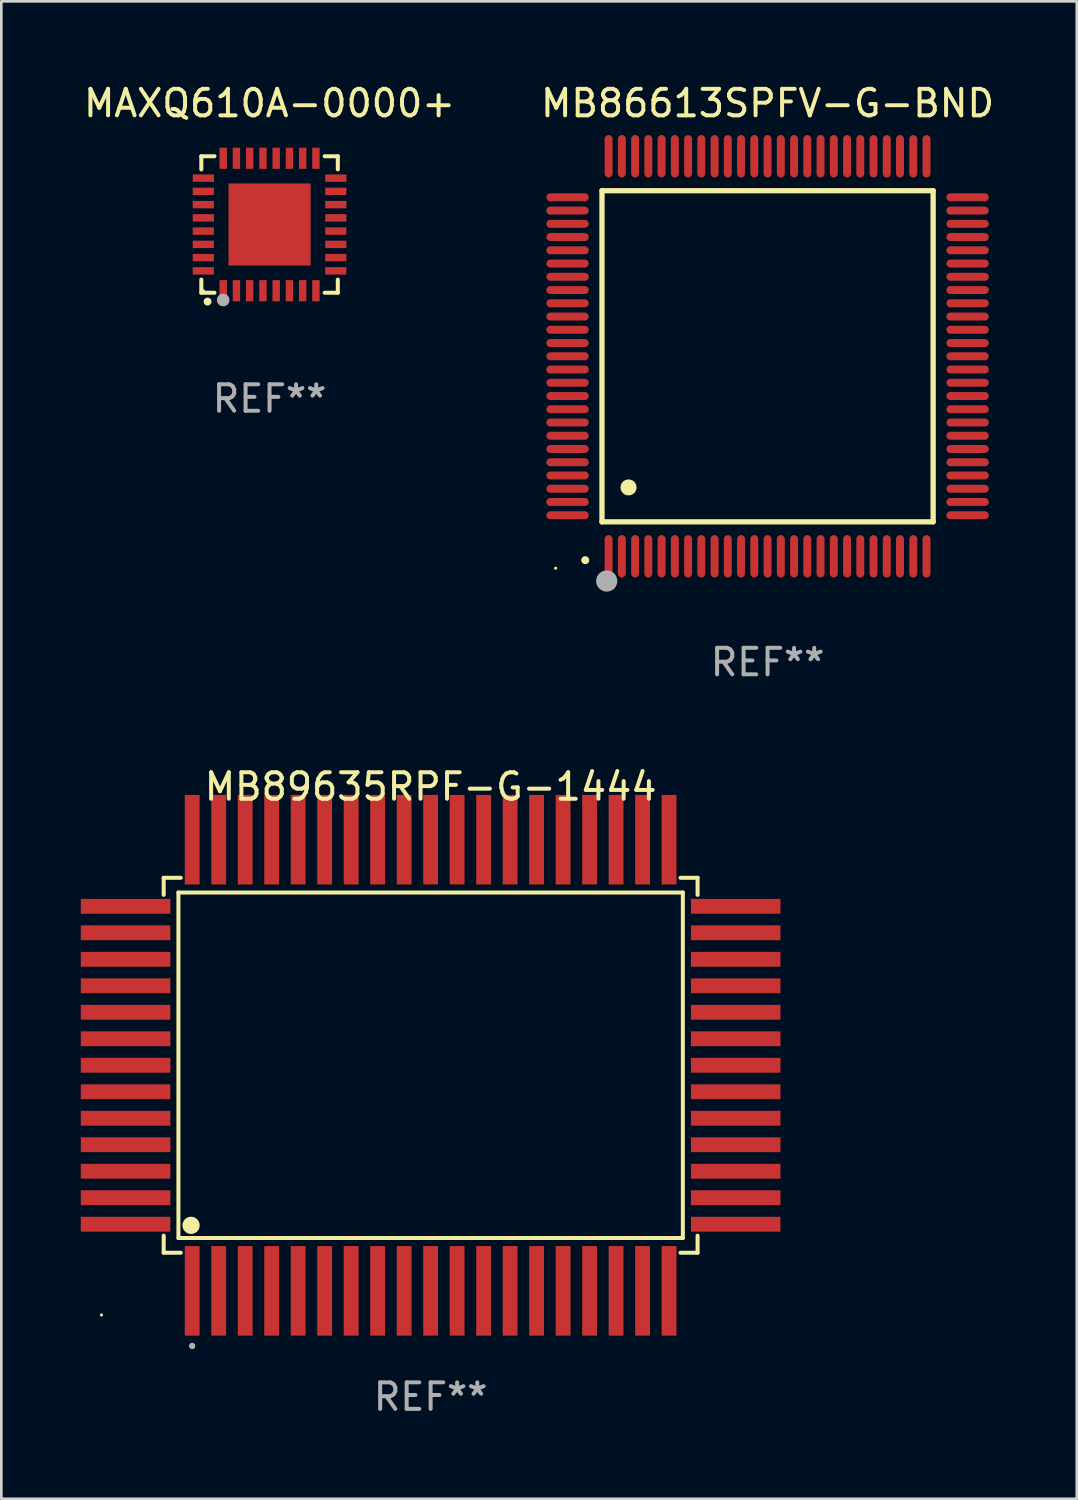
<source format=kicad_pcb>
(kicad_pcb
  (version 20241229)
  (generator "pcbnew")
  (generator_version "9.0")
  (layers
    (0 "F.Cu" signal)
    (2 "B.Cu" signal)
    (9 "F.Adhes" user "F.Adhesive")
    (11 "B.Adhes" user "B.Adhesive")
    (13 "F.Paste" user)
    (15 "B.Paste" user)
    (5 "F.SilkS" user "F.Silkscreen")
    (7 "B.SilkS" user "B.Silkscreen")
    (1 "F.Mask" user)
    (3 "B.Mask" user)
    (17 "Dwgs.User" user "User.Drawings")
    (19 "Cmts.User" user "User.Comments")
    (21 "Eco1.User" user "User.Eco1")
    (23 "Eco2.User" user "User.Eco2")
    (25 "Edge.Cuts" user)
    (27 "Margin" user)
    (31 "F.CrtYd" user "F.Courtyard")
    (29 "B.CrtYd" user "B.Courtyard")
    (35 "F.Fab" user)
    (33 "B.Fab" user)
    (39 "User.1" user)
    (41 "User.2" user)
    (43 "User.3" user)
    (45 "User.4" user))
  (footprint "MB89635RPF-G-1444"
    (layer "F.Cu")
    (at 13.205 37.16)
    (property "Reference" "MB89635RPF-G-1444" (at 0 -10.515 0) (layer "F.SilkS") (effects (font (size 1 1) (thickness 0.15))))
    (attr through_hole)
    (fp_line (start -10.076 -7.076) (end -10.076 -6.432) (stroke (width 0.152) (type solid)) (layer "F.SilkS"))
    (fp_line (start -10.076 7.076) (end -10.076 6.432) (stroke (width 0.152) (type solid)) (layer "F.SilkS"))
    (fp_line (start -9.52 -6.52) (end 9.52 -6.52) (stroke (width 0.152) (type solid)) (layer "F.SilkS"))
    (fp_line (start -9.52 6.52) (end -9.52 -6.52) (stroke (width 0.152) (type solid)) (layer "F.SilkS"))
    (fp_line (start -9.432 -7.076) (end -10.076 -7.076) (stroke (width 0.152) (type solid)) (layer "F.SilkS"))
    (fp_line (start -9.432 7.076) (end -10.076 7.076) (stroke (width 0.152) (type solid)) (layer "F.SilkS"))
    (fp_line (start 9.432 -7.076) (end 10.076 -7.076) (stroke (width 0.152) (type solid)) (layer "F.SilkS"))
    (fp_line (start 9.432 7.076) (end 10.076 7.076) (stroke (width 0.152) (type solid)) (layer "F.SilkS"))
    (fp_line (start 9.52 -6.52) (end 9.52 6.52) (stroke (width 0.152) (type solid)) (layer "F.SilkS"))
    (fp_line (start 9.52 6.52) (end -9.52 6.52) (stroke (width 0.152) (type solid)) (layer "F.SilkS"))
    (fp_line (start 10.076 -7.076) (end 10.076 -6.432) (stroke (width 0.152) (type solid)) (layer "F.SilkS"))
    (fp_line (start 10.076 7.076) (end 10.076 6.432) (stroke (width 0.152) (type solid)) (layer "F.SilkS"))
    (fp_circle (center -12.425 9.425) (end -12.395 9.425) (stroke (width 0.06) (type solid)) (fill no) (layer "F.SilkS"))
    (fp_circle (center -9.043 6.043) (end -8.88 6.043) (stroke (width 0.325) (type solid)) (fill no) (layer "F.SilkS"))
    (fp_circle (center -9 10.593) (end -8.944 10.593) (stroke (width 0.112) (type solid)) (fill no) (layer "F.SilkS"))
    (fp_circle (center -9 10.593) (end -8.944 10.593) (stroke (width 0.112) (type solid)) (fill no) (layer "F.Fab"))
    (fp_text user "REF**" (at 0 12.515 0) (layer "F.Fab") (effects (font (size 1 1) (thickness 0.15))))
    (pad "1" smd rect (at -9 8.515) (size 0.56 3.38) (layers "F.Cu" "F.Mask" "F.Paste"))
    (pad "2" smd rect (at -8 8.515) (size 0.56 3.38) (layers "F.Cu" "F.Mask" "F.Paste"))
    (pad "3" smd rect (at -7 8.515) (size 0.56 3.38) (layers "F.Cu" "F.Mask" "F.Paste"))
    (pad "4" smd rect (at -6 8.515) (size 0.56 3.38) (layers "F.Cu" "F.Mask" "F.Paste"))
    (pad "5" smd rect (at -5 8.515) (size 0.56 3.38) (layers "F.Cu" "F.Mask" "F.Paste"))
    (pad "6" smd rect (at -4 8.515) (size 0.56 3.38) (layers "F.Cu" "F.Mask" "F.Paste"))
    (pad "7" smd rect (at -3 8.515) (size 0.56 3.38) (layers "F.Cu" "F.Mask" "F.Paste"))
    (pad "8" smd rect (at -2 8.515) (size 0.56 3.38) (layers "F.Cu" "F.Mask" "F.Paste"))
    (pad "9" smd rect (at -1 8.515) (size 0.56 3.38) (layers "F.Cu" "F.Mask" "F.Paste"))
    (pad "10" smd rect (at 0 8.515) (size 0.56 3.38) (layers "F.Cu" "F.Mask" "F.Paste"))
    (pad "11" smd rect (at 1 8.515) (size 0.56 3.38) (layers "F.Cu" "F.Mask" "F.Paste"))
    (pad "12" smd rect (at 2 8.515) (size 0.56 3.38) (layers "F.Cu" "F.Mask" "F.Paste"))
    (pad "13" smd rect (at 3 8.515) (size 0.56 3.38) (layers "F.Cu" "F.Mask" "F.Paste"))
    (pad "14" smd rect (at 4 8.515) (size 0.56 3.38) (layers "F.Cu" "F.Mask" "F.Paste"))
    (pad "15" smd rect (at 5 8.515) (size 0.56 3.38) (layers "F.Cu" "F.Mask" "F.Paste"))
    (pad "16" smd rect (at 6 8.515) (size 0.56 3.38) (layers "F.Cu" "F.Mask" "F.Paste"))
    (pad "17" smd rect (at 7 8.515) (size 0.56 3.38) (layers "F.Cu" "F.Mask" "F.Paste"))
    (pad "18" smd rect (at 8 8.515) (size 0.56 3.38) (layers "F.Cu" "F.Mask" "F.Paste"))
    (pad "19" smd rect (at 9 8.515) (size 0.56 3.38) (layers "F.Cu" "F.Mask" "F.Paste"))
    (pad "20" smd rect (at 11.515 6) (size 3.38 0.56) (layers "F.Cu" "F.Mask" "F.Paste"))
    (pad "21" smd rect (at 11.515 5) (size 3.38 0.56) (layers "F.Cu" "F.Mask" "F.Paste"))
    (pad "22" smd rect (at 11.515 4) (size 3.38 0.56) (layers "F.Cu" "F.Mask" "F.Paste"))
    (pad "23" smd rect (at 11.515 3) (size 3.38 0.56) (layers "F.Cu" "F.Mask" "F.Paste"))
    (pad "24" smd rect (at 11.515 2) (size 3.38 0.56) (layers "F.Cu" "F.Mask" "F.Paste"))
    (pad "25" smd rect (at 11.515 1) (size 3.38 0.56) (layers "F.Cu" "F.Mask" "F.Paste"))
    (pad "26" smd rect (at 11.515 0) (size 3.38 0.56) (layers "F.Cu" "F.Mask" "F.Paste"))
    (pad "27" smd rect (at 11.515 -1) (size 3.38 0.56) (layers "F.Cu" "F.Mask" "F.Paste"))
    (pad "28" smd rect (at 11.515 -2) (size 3.38 0.56) (layers "F.Cu" "F.Mask" "F.Paste"))
    (pad "29" smd rect (at 11.515 -3) (size 3.38 0.56) (layers "F.Cu" "F.Mask" "F.Paste"))
    (pad "30" smd rect (at 11.515 -4) (size 3.38 0.56) (layers "F.Cu" "F.Mask" "F.Paste"))
    (pad "31" smd rect (at 11.515 -5) (size 3.38 0.56) (layers "F.Cu" "F.Mask" "F.Paste"))
    (pad "32" smd rect (at 11.515 -6) (size 3.38 0.56) (layers "F.Cu" "F.Mask" "F.Paste"))
    (pad "33" smd rect (at 9 -8.515) (size 0.56 3.38) (layers "F.Cu" "F.Mask" "F.Paste"))
    (pad "34" smd rect (at 8 -8.515) (size 0.56 3.38) (layers "F.Cu" "F.Mask" "F.Paste"))
    (pad "35" smd rect (at 7 -8.515) (size 0.56 3.38) (layers "F.Cu" "F.Mask" "F.Paste"))
    (pad "36" smd rect (at 6 -8.515) (size 0.56 3.38) (layers "F.Cu" "F.Mask" "F.Paste"))
    (pad "37" smd rect (at 5 -8.515) (size 0.56 3.38) (layers "F.Cu" "F.Mask" "F.Paste"))
    (pad "38" smd rect (at 4 -8.515) (size 0.56 3.38) (layers "F.Cu" "F.Mask" "F.Paste"))
    (pad "39" smd rect (at 3 -8.515) (size 0.56 3.38) (layers "F.Cu" "F.Mask" "F.Paste"))
    (pad "40" smd rect (at 2 -8.515) (size 0.56 3.38) (layers "F.Cu" "F.Mask" "F.Paste"))
    (pad "41" smd rect (at 1 -8.515) (size 0.56 3.38) (layers "F.Cu" "F.Mask" "F.Paste"))
    (pad "42" smd rect (at 0 -8.515) (size 0.56 3.38) (layers "F.Cu" "F.Mask" "F.Paste"))
    (pad "43" smd rect (at -1 -8.515) (size 0.56 3.38) (layers "F.Cu" "F.Mask" "F.Paste"))
    (pad "44" smd rect (at -2 -8.515) (size 0.56 3.38) (layers "F.Cu" "F.Mask" "F.Paste"))
    (pad "45" smd rect (at -3 -8.515) (size 0.56 3.38) (layers "F.Cu" "F.Mask" "F.Paste"))
    (pad "46" smd rect (at -4 -8.515) (size 0.56 3.38) (layers "F.Cu" "F.Mask" "F.Paste"))
    (pad "47" smd rect (at -5 -8.515) (size 0.56 3.38) (layers "F.Cu" "F.Mask" "F.Paste"))
    (pad "48" smd rect (at -6 -8.515) (size 0.56 3.38) (layers "F.Cu" "F.Mask" "F.Paste"))
    (pad "49" smd rect (at -7 -8.515) (size 0.56 3.38) (layers "F.Cu" "F.Mask" "F.Paste"))
    (pad "50" smd rect (at -8 -8.515) (size 0.56 3.38) (layers "F.Cu" "F.Mask" "F.Paste"))
    (pad "51" smd rect (at -9 -8.515) (size 0.56 3.38) (layers "F.Cu" "F.Mask" "F.Paste"))
    (pad "52" smd rect (at -11.515 -6) (size 3.38 0.56) (layers "F.Cu" "F.Mask" "F.Paste"))
    (pad "53" smd rect (at -11.515 -5) (size 3.38 0.56) (layers "F.Cu" "F.Mask" "F.Paste"))
    (pad "54" smd rect (at -11.515 -4) (size 3.38 0.56) (layers "F.Cu" "F.Mask" "F.Paste"))
    (pad "55" smd rect (at -11.515 -3) (size 3.38 0.56) (layers "F.Cu" "F.Mask" "F.Paste"))
    (pad "56" smd rect (at -11.515 -2) (size 3.38 0.56) (layers "F.Cu" "F.Mask" "F.Paste"))
    (pad "57" smd rect (at -11.515 -1) (size 3.38 0.56) (layers "F.Cu" "F.Mask" "F.Paste"))
    (pad "58" smd rect (at -11.515 0) (size 3.38 0.56) (layers "F.Cu" "F.Mask" "F.Paste"))
    (pad "59" smd rect (at -11.515 1) (size 3.38 0.56) (layers "F.Cu" "F.Mask" "F.Paste"))
    (pad "60" smd rect (at -11.515 2) (size 3.38 0.56) (layers "F.Cu" "F.Mask" "F.Paste"))
    (pad "61" smd rect (at -11.515 3) (size 3.38 0.56) (layers "F.Cu" "F.Mask" "F.Paste"))
    (pad "62" smd rect (at -11.515 4) (size 3.38 0.56) (layers "F.Cu" "F.Mask" "F.Paste"))
    (pad "63" smd rect (at -11.515 5) (size 3.38 0.56) (layers "F.Cu" "F.Mask" "F.Paste"))
    (pad "64" smd rect (at -11.515 6) (size 3.38 0.56) (layers "F.Cu" "F.Mask" "F.Paste")))
  (footprint "MAXQ610A-0000+"
    (layer "F.Cu")
    (at 7.125 5.424)
    (property "Reference" "MAXQ610A-0000+" (at 0 -4.576 0) (layer "F.SilkS") (effects (font (size 1 1) (thickness 0.15))))
    (attr through_hole)
    (fp_line (start -2.576 -2.576) (end -2.08 -2.576) (stroke (width 0.152) (type solid)) (layer "F.SilkS"))
    (fp_line (start -2.576 -2.08) (end -2.576 -2.576) (stroke (width 0.152) (type solid)) (layer "F.SilkS"))
    (fp_line (start -2.576 2.08) (end -2.576 2.576) (stroke (width 0.152) (type solid)) (layer "F.SilkS"))
    (fp_line (start -2.576 2.576) (end -2.08 2.576) (stroke (width 0.152) (type solid)) (layer "F.SilkS"))
    (fp_line (start 2.576 -2.576) (end 2.08 -2.576) (stroke (width 0.152) (type solid)) (layer "F.SilkS"))
    (fp_line (start 2.576 -2.08) (end 2.576 -2.576) (stroke (width 0.152) (type solid)) (layer "F.SilkS"))
    (fp_line (start 2.576 2.08) (end 2.576 2.576) (stroke (width 0.152) (type solid)) (layer "F.SilkS"))
    (fp_line (start 2.576 2.576) (end 2.08 2.576) (stroke (width 0.152) (type solid)) (layer "F.SilkS"))
    (fp_circle (center -2.5 2.5) (end -2.47 2.5) (stroke (width 0.06) (type solid)) (fill no) (layer "F.SilkS"))
    (fp_circle (center -2.34 2.91) (end -2.265 2.91) (stroke (width 0.15) (type solid)) (fill no) (layer "F.SilkS"))
    (fp_circle (center -1.75 2.85) (end -1.63 2.85) (stroke (width 0.24) (type solid)) (fill no) (layer "F.Fab"))
    (fp_text user "REF**" (at 0 6.576 0) (layer "F.Fab") (effects (font (size 1 1) (thickness 0.15))))
    (pad "1" smd rect (at -1.75 2.5) (size 0.28 0.8) (layers "F.Cu" "F.Mask" "F.Paste"))
    (pad "2" smd rect (at -1.25 2.5) (size 0.28 0.8) (layers "F.Cu" "F.Mask" "F.Paste"))
    (pad "3" smd rect (at -0.75 2.5) (size 0.28 0.8) (layers "F.Cu" "F.Mask" "F.Paste"))
    (pad "4" smd rect (at -0.25 2.5) (size 0.28 0.8) (layers "F.Cu" "F.Mask" "F.Paste"))
    (pad "5" smd rect (at 0.25 2.5) (size 0.28 0.8) (layers "F.Cu" "F.Mask" "F.Paste"))
    (pad "6" smd rect (at 0.75 2.5) (size 0.28 0.8) (layers "F.Cu" "F.Mask" "F.Paste"))
    (pad "7" smd rect (at 1.25 2.5) (size 0.28 0.8) (layers "F.Cu" "F.Mask" "F.Paste"))
    (pad "8" smd rect (at 1.75 2.5) (size 0.28 0.8) (layers "F.Cu" "F.Mask" "F.Paste"))
    (pad "9" smd rect (at 2.5 1.75) (size 0.8 0.28) (layers "F.Cu" "F.Mask" "F.Paste"))
    (pad "10" smd rect (at 2.5 1.25) (size 0.8 0.28) (layers "F.Cu" "F.Mask" "F.Paste"))
    (pad "11" smd rect (at 2.5 0.75) (size 0.8 0.28) (layers "F.Cu" "F.Mask" "F.Paste"))
    (pad "12" smd rect (at 2.5 0.25) (size 0.8 0.28) (layers "F.Cu" "F.Mask" "F.Paste"))
    (pad "13" smd rect (at 2.5 -0.25) (size 0.8 0.28) (layers "F.Cu" "F.Mask" "F.Paste"))
    (pad "14" smd rect (at 2.5 -0.75) (size 0.8 0.28) (layers "F.Cu" "F.Mask" "F.Paste"))
    (pad "15" smd rect (at 2.5 -1.25) (size 0.8 0.28) (layers "F.Cu" "F.Mask" "F.Paste"))
    (pad "16" smd rect (at 2.5 -1.75) (size 0.8 0.28) (layers "F.Cu" "F.Mask" "F.Paste"))
    (pad "17" smd rect (at 1.75 -2.5) (size 0.28 0.8) (layers "F.Cu" "F.Mask" "F.Paste"))
    (pad "18" smd rect (at 1.25 -2.5) (size 0.28 0.8) (layers "F.Cu" "F.Mask" "F.Paste"))
    (pad "19" smd rect (at 0.75 -2.5) (size 0.28 0.8) (layers "F.Cu" "F.Mask" "F.Paste"))
    (pad "20" smd rect (at 0.25 -2.5) (size 0.28 0.8) (layers "F.Cu" "F.Mask" "F.Paste"))
    (pad "21" smd rect (at -0.25 -2.5) (size 0.28 0.8) (layers "F.Cu" "F.Mask" "F.Paste"))
    (pad "22" smd rect (at -0.75 -2.5) (size 0.28 0.8) (layers "F.Cu" "F.Mask" "F.Paste"))
    (pad "23" smd rect (at -1.25 -2.5) (size 0.28 0.8) (layers "F.Cu" "F.Mask" "F.Paste"))
    (pad "24" smd rect (at -1.75 -2.5) (size 0.28 0.8) (layers "F.Cu" "F.Mask" "F.Paste"))
    (pad "25" smd rect (at -2.5 -1.75) (size 0.8 0.28) (layers "F.Cu" "F.Mask" "F.Paste"))
    (pad "26" smd rect (at -2.5 -1.25) (size 0.8 0.28) (layers "F.Cu" "F.Mask" "F.Paste"))
    (pad "27" smd rect (at -2.5 -0.75) (size 0.8 0.28) (layers "F.Cu" "F.Mask" "F.Paste"))
    (pad "28" smd rect (at -2.5 -0.25) (size 0.8 0.28) (layers "F.Cu" "F.Mask" "F.Paste"))
    (pad "29" smd rect (at -2.5 0.25) (size 0.8 0.28) (layers "F.Cu" "F.Mask" "F.Paste"))
    (pad "30" smd rect (at -2.5 0.75) (size 0.8 0.28) (layers "F.Cu" "F.Mask" "F.Paste"))
    (pad "31" smd rect (at -2.5 1.25) (size 0.8 0.28) (layers "F.Cu" "F.Mask" "F.Paste"))
    (pad "32" smd rect (at -2.5 1.75) (size 0.8 0.28) (layers "F.Cu" "F.Mask" "F.Paste"))
    (pad "33" smd rect (at 0 0) (size 3.1 3.1) (layers "F.Cu" "F.Mask" "F.Paste")))
  (footprint "MB86613SPFV-G-BND"
    (layer "F.Cu")
    (at 25.923 10.398)
    (property "Reference" "MB86613SPFV-G-BND" (at 0 -9.55 0) (layer "F.SilkS") (effects (font (size 1 1) (thickness 0.15))))
    (attr through_hole)
    (fp_line (start -6.25 -6.25) (end -6.25 6.25) (stroke (width 0.2) (type solid)) (layer "F.SilkS"))
    (fp_line (start -6.25 6.25) (end 6.25 6.25) (stroke (width 0.2) (type solid)) (layer "F.SilkS"))
    (fp_line (start 6.25 -6.25) (end -6.25 -6.25) (stroke (width 0.2) (type solid)) (layer "F.SilkS"))
    (fp_line (start 6.25 6.25) (end 6.25 -6.25) (stroke (width 0.2) (type solid)) (layer "F.SilkS"))
    (fp_arc (start -6.883414 7.696215) (mid -6.882144 7.69621) (end -6.880874 7.696215) (stroke (width 0.3) (type solid)) (layer "F.SilkS"))
    (fp_arc (start -5.250191 4.95047) (mid -5.247651 4.950459) (end -5.245111 4.95047) (stroke (width 0.6) (type solid)) (layer "F.SilkS"))
    (fp_circle (center -8 8) (end -7.97 8) (stroke (width 0.06) (type solid)) (fill no) (layer "F.SilkS"))
    (fp_circle (center -6.071 8.484) (end -5.871 8.484) (stroke (width 0.4) (type solid)) (fill no) (layer "F.Fab"))
    (fp_text user "REF**" (at 0 11.55 0) (layer "F.Fab") (effects (font (size 1 1) (thickness 0.15))))
    (pad "1" smd oval (at -6 7.55) (size 0.3 1.6) (layers "F.Cu" "F.Mask" "F.Paste"))
    (pad "2" smd oval (at -5.5 7.55) (size 0.3 1.6) (layers "F.Cu" "F.Mask" "F.Paste"))
    (pad "3" smd oval (at -5 7.55) (size 0.3 1.6) (layers "F.Cu" "F.Mask" "F.Paste"))
    (pad "4" smd oval (at -4.5 7.55) (size 0.3 1.6) (layers "F.Cu" "F.Mask" "F.Paste"))
    (pad "5" smd oval (at -4 7.55) (size 0.3 1.6) (layers "F.Cu" "F.Mask" "F.Paste"))
    (pad "6" smd oval (at -3.5 7.55) (size 0.3 1.6) (layers "F.Cu" "F.Mask" "F.Paste"))
    (pad "7" smd oval (at -3 7.55) (size 0.3 1.6) (layers "F.Cu" "F.Mask" "F.Paste"))
    (pad "8" smd oval (at -2.5 7.55) (size 0.3 1.6) (layers "F.Cu" "F.Mask" "F.Paste"))
    (pad "9" smd oval (at -2 7.55) (size 0.3 1.6) (layers "F.Cu" "F.Mask" "F.Paste"))
    (pad "10" smd oval (at -1.5 7.55) (size 0.3 1.6) (layers "F.Cu" "F.Mask" "F.Paste"))
    (pad "11" smd oval (at -1 7.55) (size 0.3 1.6) (layers "F.Cu" "F.Mask" "F.Paste"))
    (pad "12" smd oval (at -0.5 7.55) (size 0.3 1.6) (layers "F.Cu" "F.Mask" "F.Paste"))
    (pad "13" smd oval (at 0 7.55) (size 0.3 1.6) (layers "F.Cu" "F.Mask" "F.Paste"))
    (pad "14" smd oval (at 0.5 7.55) (size 0.3 1.6) (layers "F.Cu" "F.Mask" "F.Paste"))
    (pad "15" smd oval (at 1 7.55) (size 0.3 1.6) (layers "F.Cu" "F.Mask" "F.Paste"))
    (pad "16" smd oval (at 1.5 7.55) (size 0.3 1.6) (layers "F.Cu" "F.Mask" "F.Paste"))
    (pad "17" smd oval (at 2 7.55) (size 0.3 1.6) (layers "F.Cu" "F.Mask" "F.Paste"))
    (pad "18" smd oval (at 2.5 7.55) (size 0.3 1.6) (layers "F.Cu" "F.Mask" "F.Paste"))
    (pad "19" smd oval (at 3 7.55) (size 0.3 1.6) (layers "F.Cu" "F.Mask" "F.Paste"))
    (pad "20" smd oval (at 3.5 7.55) (size 0.3 1.6) (layers "F.Cu" "F.Mask" "F.Paste"))
    (pad "21" smd oval (at 4 7.55) (size 0.3 1.6) (layers "F.Cu" "F.Mask" "F.Paste"))
    (pad "22" smd oval (at 4.5 7.55) (size 0.3 1.6) (layers "F.Cu" "F.Mask" "F.Paste"))
    (pad "23" smd oval (at 5 7.55) (size 0.3 1.6) (layers "F.Cu" "F.Mask" "F.Paste"))
    (pad "24" smd oval (at 5.5 7.55) (size 0.3 1.6) (layers "F.Cu" "F.Mask" "F.Paste"))
    (pad "25" smd oval (at 6 7.55) (size 0.3 1.6) (layers "F.Cu" "F.Mask" "F.Paste"))
    (pad "26" smd oval (at 7.55 6) (size 1.6 0.3) (layers "F.Cu" "F.Mask" "F.Paste"))
    (pad "27" smd oval (at 7.55 5.5) (size 1.6 0.3) (layers "F.Cu" "F.Mask" "F.Paste"))
    (pad "28" smd oval (at 7.55 5) (size 1.6 0.3) (layers "F.Cu" "F.Mask" "F.Paste"))
    (pad "29" smd oval (at 7.55 4.5) (size 1.6 0.3) (layers "F.Cu" "F.Mask" "F.Paste"))
    (pad "30" smd oval (at 7.55 4) (size 1.6 0.3) (layers "F.Cu" "F.Mask" "F.Paste"))
    (pad "31" smd oval (at 7.55 3.5) (size 1.6 0.3) (layers "F.Cu" "F.Mask" "F.Paste"))
    (pad "32" smd oval (at 7.55 3) (size 1.6 0.3) (layers "F.Cu" "F.Mask" "F.Paste"))
    (pad "33" smd oval (at 7.55 2.5) (size 1.6 0.3) (layers "F.Cu" "F.Mask" "F.Paste"))
    (pad "34" smd oval (at 7.55 2) (size 1.6 0.3) (layers "F.Cu" "F.Mask" "F.Paste"))
    (pad "35" smd oval (at 7.55 1.5) (size 1.6 0.3) (layers "F.Cu" "F.Mask" "F.Paste"))
    (pad "36" smd oval (at 7.55 1) (size 1.6 0.3) (layers "F.Cu" "F.Mask" "F.Paste"))
    (pad "37" smd oval (at 7.55 0.5) (size 1.6 0.3) (layers "F.Cu" "F.Mask" "F.Paste"))
    (pad "38" smd oval (at 7.55 0) (size 1.6 0.3) (layers "F.Cu" "F.Mask" "F.Paste"))
    (pad "39" smd oval (at 7.55 -0.5) (size 1.6 0.3) (layers "F.Cu" "F.Mask" "F.Paste"))
    (pad "40" smd oval (at 7.55 -1) (size 1.6 0.3) (layers "F.Cu" "F.Mask" "F.Paste"))
    (pad "41" smd oval (at 7.55 -1.5) (size 1.6 0.3) (layers "F.Cu" "F.Mask" "F.Paste"))
    (pad "42" smd oval (at 7.55 -2) (size 1.6 0.3) (layers "F.Cu" "F.Mask" "F.Paste"))
    (pad "43" smd oval (at 7.55 -2.5) (size 1.6 0.3) (layers "F.Cu" "F.Mask" "F.Paste"))
    (pad "44" smd oval (at 7.55 -3) (size 1.6 0.3) (layers "F.Cu" "F.Mask" "F.Paste"))
    (pad "45" smd oval (at 7.55 -3.5) (size 1.6 0.3) (layers "F.Cu" "F.Mask" "F.Paste"))
    (pad "46" smd oval (at 7.55 -4) (size 1.6 0.3) (layers "F.Cu" "F.Mask" "F.Paste"))
    (pad "47" smd oval (at 7.55 -4.5) (size 1.6 0.3) (layers "F.Cu" "F.Mask" "F.Paste"))
    (pad "48" smd oval (at 7.55 -5) (size 1.6 0.3) (layers "F.Cu" "F.Mask" "F.Paste"))
    (pad "49" smd oval (at 7.55 -5.5) (size 1.6 0.3) (layers "F.Cu" "F.Mask" "F.Paste"))
    (pad "50" smd oval (at 7.55 -6) (size 1.6 0.3) (layers "F.Cu" "F.Mask" "F.Paste"))
    (pad "51" smd oval (at 6 -7.55) (size 0.3 1.6) (layers "F.Cu" "F.Mask" "F.Paste"))
    (pad "52" smd oval (at 5.5 -7.55) (size 0.3 1.6) (layers "F.Cu" "F.Mask" "F.Paste"))
    (pad "53" smd oval (at 5 -7.55) (size 0.3 1.6) (layers "F.Cu" "F.Mask" "F.Paste"))
    (pad "54" smd oval (at 4.5 -7.55) (size 0.3 1.6) (layers "F.Cu" "F.Mask" "F.Paste"))
    (pad "55" smd oval (at 4 -7.55) (size 0.3 1.6) (layers "F.Cu" "F.Mask" "F.Paste"))
    (pad "56" smd oval (at 3.5 -7.55) (size 0.3 1.6) (layers "F.Cu" "F.Mask" "F.Paste"))
    (pad "57" smd oval (at 3 -7.55) (size 0.3 1.6) (layers "F.Cu" "F.Mask" "F.Paste"))
    (pad "58" smd oval (at 2.5 -7.55) (size 0.3 1.6) (layers "F.Cu" "F.Mask" "F.Paste"))
    (pad "59" smd oval (at 2 -7.55) (size 0.3 1.6) (layers "F.Cu" "F.Mask" "F.Paste"))
    (pad "60" smd oval (at 1.5 -7.55) (size 0.3 1.6) (layers "F.Cu" "F.Mask" "F.Paste"))
    (pad "61" smd oval (at 1 -7.55) (size 0.3 1.6) (layers "F.Cu" "F.Mask" "F.Paste"))
    (pad "62" smd oval (at 0.5 -7.55) (size 0.3 1.6) (layers "F.Cu" "F.Mask" "F.Paste"))
    (pad "63" smd oval (at 0 -7.55) (size 0.3 1.6) (layers "F.Cu" "F.Mask" "F.Paste"))
    (pad "64" smd oval (at -0.5 -7.55) (size 0.3 1.6) (layers "F.Cu" "F.Mask" "F.Paste"))
    (pad "65" smd oval (at -1 -7.55) (size 0.3 1.6) (layers "F.Cu" "F.Mask" "F.Paste"))
    (pad "66" smd oval (at -1.5 -7.55) (size 0.3 1.6) (layers "F.Cu" "F.Mask" "F.Paste"))
    (pad "67" smd oval (at -2 -7.55) (size 0.3 1.6) (layers "F.Cu" "F.Mask" "F.Paste"))
    (pad "68" smd oval (at -2.5 -7.55) (size 0.3 1.6) (layers "F.Cu" "F.Mask" "F.Paste"))
    (pad "69" smd oval (at -3 -7.55) (size 0.3 1.6) (layers "F.Cu" "F.Mask" "F.Paste"))
    (pad "70" smd oval (at -3.5 -7.55) (size 0.3 1.6) (layers "F.Cu" "F.Mask" "F.Paste"))
    (pad "71" smd oval (at -4 -7.55) (size 0.3 1.6) (layers "F.Cu" "F.Mask" "F.Paste"))
    (pad "72" smd oval (at -4.5 -7.55) (size 0.3 1.6) (layers "F.Cu" "F.Mask" "F.Paste"))
    (pad "73" smd oval (at -5 -7.55) (size 0.3 1.6) (layers "F.Cu" "F.Mask" "F.Paste"))
    (pad "74" smd oval (at -5.5 -7.55) (size 0.3 1.6) (layers "F.Cu" "F.Mask" "F.Paste"))
    (pad "75" smd oval (at -6 -7.55) (size 0.3 1.6) (layers "F.Cu" "F.Mask" "F.Paste"))
    (pad "76" smd oval (at -7.55 -6) (size 1.6 0.3) (layers "F.Cu" "F.Mask" "F.Paste"))
    (pad "77" smd oval (at -7.55 -5.5) (size 1.6 0.3) (layers "F.Cu" "F.Mask" "F.Paste"))
    (pad "78" smd oval (at -7.55 -5) (size 1.6 0.3) (layers "F.Cu" "F.Mask" "F.Paste"))
    (pad "79" smd oval (at -7.55 -4.5) (size 1.6 0.3) (layers "F.Cu" "F.Mask" "F.Paste"))
    (pad "80" smd oval (at -7.55 -4) (size 1.6 0.3) (layers "F.Cu" "F.Mask" "F.Paste"))
    (pad "81" smd oval (at -7.55 -3.5) (size 1.6 0.3) (layers "F.Cu" "F.Mask" "F.Paste"))
    (pad "82" smd oval (at -7.55 -3) (size 1.6 0.3) (layers "F.Cu" "F.Mask" "F.Paste"))
    (pad "83" smd oval (at -7.55 -2.5) (size 1.6 0.3) (layers "F.Cu" "F.Mask" "F.Paste"))
    (pad "84" smd oval (at -7.55 -2) (size 1.6 0.3) (layers "F.Cu" "F.Mask" "F.Paste"))
    (pad "85" smd oval (at -7.55 -1.5) (size 1.6 0.3) (layers "F.Cu" "F.Mask" "F.Paste"))
    (pad "86" smd oval (at -7.55 -1) (size 1.6 0.3) (layers "F.Cu" "F.Mask" "F.Paste"))
    (pad "87" smd oval (at -7.55 -0.5) (size 1.6 0.3) (layers "F.Cu" "F.Mask" "F.Paste"))
    (pad "88" smd oval (at -7.55 0) (size 1.6 0.3) (layers "F.Cu" "F.Mask" "F.Paste"))
    (pad "89" smd oval (at -7.55 0.5) (size 1.6 0.3) (layers "F.Cu" "F.Mask" "F.Paste"))
    (pad "90" smd oval (at -7.55 1) (size 1.6 0.3) (layers "F.Cu" "F.Mask" "F.Paste"))
    (pad "91" smd oval (at -7.55 1.5) (size 1.6 0.3) (layers "F.Cu" "F.Mask" "F.Paste"))
    (pad "92" smd oval (at -7.55 2) (size 1.6 0.3) (layers "F.Cu" "F.Mask" "F.Paste"))
    (pad "93" smd oval (at -7.55 2.5) (size 1.6 0.3) (layers "F.Cu" "F.Mask" "F.Paste"))
    (pad "94" smd oval (at -7.55 3) (size 1.6 0.3) (layers "F.Cu" "F.Mask" "F.Paste"))
    (pad "95" smd oval (at -7.55 3.5) (size 1.6 0.3) (layers "F.Cu" "F.Mask" "F.Paste"))
    (pad "96" smd oval (at -7.55 4) (size 1.6 0.3) (layers "F.Cu" "F.Mask" "F.Paste"))
    (pad "97" smd oval (at -7.55 4.5) (size 1.6 0.3) (layers "F.Cu" "F.Mask" "F.Paste"))
    (pad "98" smd oval (at -7.55 5) (size 1.6 0.3) (layers "F.Cu" "F.Mask" "F.Paste"))
    (pad "99" smd oval (at -7.55 5.5) (size 1.6 0.3) (layers "F.Cu" "F.Mask" "F.Paste"))
    (pad "100" smd oval (at -7.55 6) (size 1.6 0.3) (layers "F.Cu" "F.Mask" "F.Paste")))
  (gr_rect
    (start -3 -3)
    (end 37.595 53.523)
    (stroke (width 0.1) (type default))
    (fill no)
    (layer "Edge.Cuts")))
</source>
